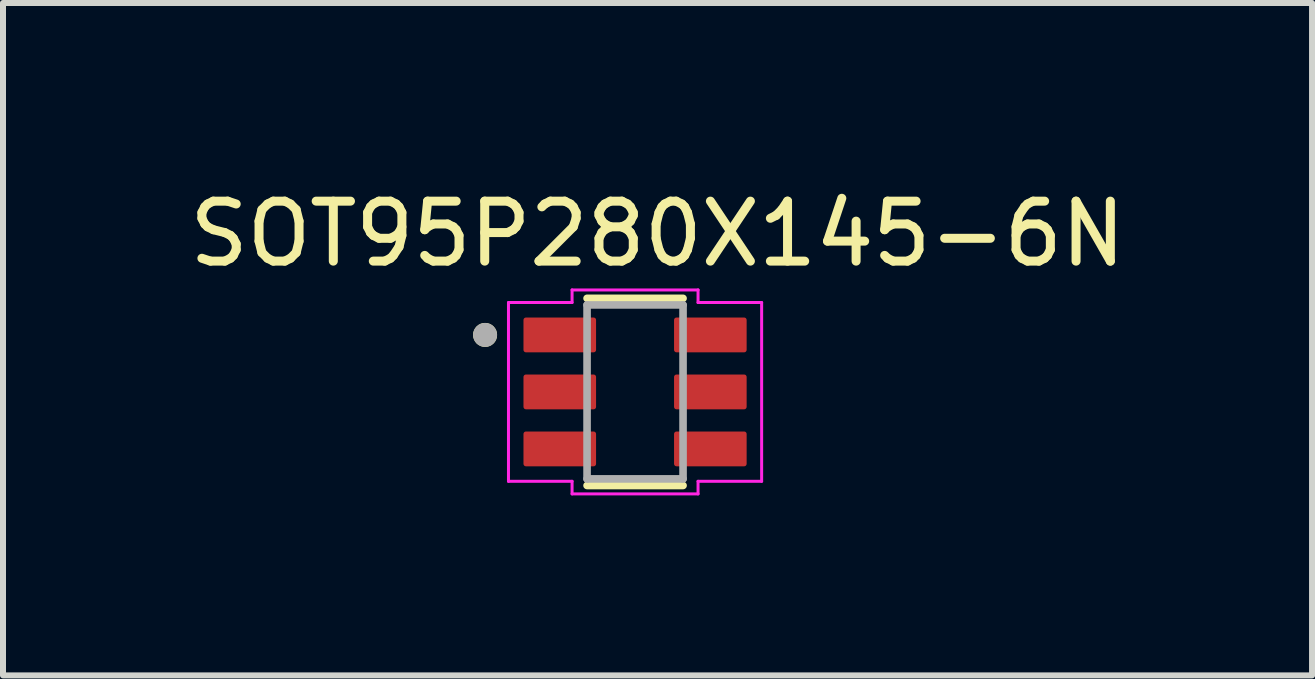
<source format=kicad_pcb>
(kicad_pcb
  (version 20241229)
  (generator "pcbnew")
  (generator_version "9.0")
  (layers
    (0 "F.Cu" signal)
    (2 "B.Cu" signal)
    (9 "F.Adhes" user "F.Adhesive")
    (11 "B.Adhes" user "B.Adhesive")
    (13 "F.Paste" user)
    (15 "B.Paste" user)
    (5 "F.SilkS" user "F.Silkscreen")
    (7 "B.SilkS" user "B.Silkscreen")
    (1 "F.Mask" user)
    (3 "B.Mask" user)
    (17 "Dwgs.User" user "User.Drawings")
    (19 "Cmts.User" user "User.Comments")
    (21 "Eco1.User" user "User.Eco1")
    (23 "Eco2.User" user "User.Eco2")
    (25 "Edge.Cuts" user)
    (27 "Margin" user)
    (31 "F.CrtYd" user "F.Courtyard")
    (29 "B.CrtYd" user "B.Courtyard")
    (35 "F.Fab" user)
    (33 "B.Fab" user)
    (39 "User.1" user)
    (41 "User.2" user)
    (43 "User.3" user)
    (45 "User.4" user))
  (footprint "SOT95P280X145-6N"
    (layer "F.Cu")
    (at 7.536 3.483)
    (property "Reference" "SOT95P280X145-6N" (at 0.375 -2.635 0) (layer "F.SilkS") (effects (font (size 1 1) (thickness 0.15))))
    (attr through_hole)
    (fp_line (start -0.8 1.56) (end 0.8 1.56) (stroke (width 0.127) (type solid)) (layer "F.SilkS"))
    (fp_line (start 0.8 -1.56) (end -0.8 -1.56) (stroke (width 0.127) (type solid)) (layer "F.SilkS"))
    (fp_circle (center -2.5 -0.95) (end -2.4 -0.95) (stroke (width 0.2) (type solid)) (fill no) (layer "F.SilkS"))
    (fp_line (start -2.11 -1.49) (end -2.11 1.49) (stroke (width 0.05) (type solid)) (layer "F.CrtYd"))
    (fp_line (start -2.11 -1.49) (end -1.05 -1.49) (stroke (width 0.05) (type solid)) (layer "F.CrtYd"))
    (fp_line (start -2.11 1.49) (end -1.05 1.49) (stroke (width 0.05) (type solid)) (layer "F.CrtYd"))
    (fp_line (start -1.05 -1.49) (end -1.05 -1.7) (stroke (width 0.05) (type solid)) (layer "F.CrtYd"))
    (fp_line (start -1.05 1.49) (end -1.05 1.7) (stroke (width 0.05) (type solid)) (layer "F.CrtYd"))
    (fp_line (start -1.05 1.7) (end 1.05 1.7) (stroke (width 0.05) (type solid)) (layer "F.CrtYd"))
    (fp_line (start 1.05 -1.7) (end -1.05 -1.7) (stroke (width 0.05) (type solid)) (layer "F.CrtYd"))
    (fp_line (start 1.05 -1.49) (end 1.05 -1.7) (stroke (width 0.05) (type solid)) (layer "F.CrtYd"))
    (fp_line (start 1.05 1.49) (end 1.05 1.7) (stroke (width 0.05) (type solid)) (layer "F.CrtYd"))
    (fp_line (start 2.11 -1.49) (end 1.05 -1.49) (stroke (width 0.05) (type solid)) (layer "F.CrtYd"))
    (fp_line (start 2.11 1.49) (end 1.05 1.49) (stroke (width 0.05) (type solid)) (layer "F.CrtYd"))
    (fp_line (start 2.11 1.49) (end 2.11 -1.49) (stroke (width 0.05) (type solid)) (layer "F.CrtYd"))
    (fp_line (start -0.8 -1.45) (end -0.8 1.45) (stroke (width 0.127) (type solid)) (layer "F.Fab"))
    (fp_line (start -0.8 1.45) (end 0.8 1.45) (stroke (width 0.127) (type solid)) (layer "F.Fab"))
    (fp_line (start 0.8 -1.45) (end -0.8 -1.45) (stroke (width 0.127) (type solid)) (layer "F.Fab"))
    (fp_line (start 0.8 1.45) (end 0.8 -1.45) (stroke (width 0.127) (type solid)) (layer "F.Fab"))
    (fp_circle (center -2.5 -0.95) (end -2.4 -0.95) (stroke (width 0.2) (type solid)) (fill no) (layer "F.Fab"))
    (pad "1" smd roundrect (at -1.255 -0.95) (size 1.21 0.58) (layers "F.Cu" "F.Mask" "F.Paste") (roundrect_rratio 0.07))
    (pad "2" smd roundrect (at -1.255 0) (size 1.21 0.58) (layers "F.Cu" "F.Mask" "F.Paste") (roundrect_rratio 0.07))
    (pad "3" smd roundrect (at -1.255 0.95) (size 1.21 0.58) (layers "F.Cu" "F.Mask" "F.Paste") (roundrect_rratio 0.07))
    (pad "4" smd roundrect (at 1.255 0.95) (size 1.21 0.58) (layers "F.Cu" "F.Mask" "F.Paste") (roundrect_rratio 0.07))
    (pad "5" smd roundrect (at 1.255 0) (size 1.21 0.58) (layers "F.Cu" "F.Mask" "F.Paste") (roundrect_rratio 0.07))
    (pad "6" smd roundrect (at 1.255 -0.95) (size 1.21 0.58) (layers "F.Cu" "F.Mask" "F.Paste") (roundrect_rratio 0.07)))
  (gr_rect
    (start -3 -3)
    (end 18.821 8.208)
    (stroke (width 0.1) (type default))
    (fill no)
    (layer "Edge.Cuts")))
</source>
